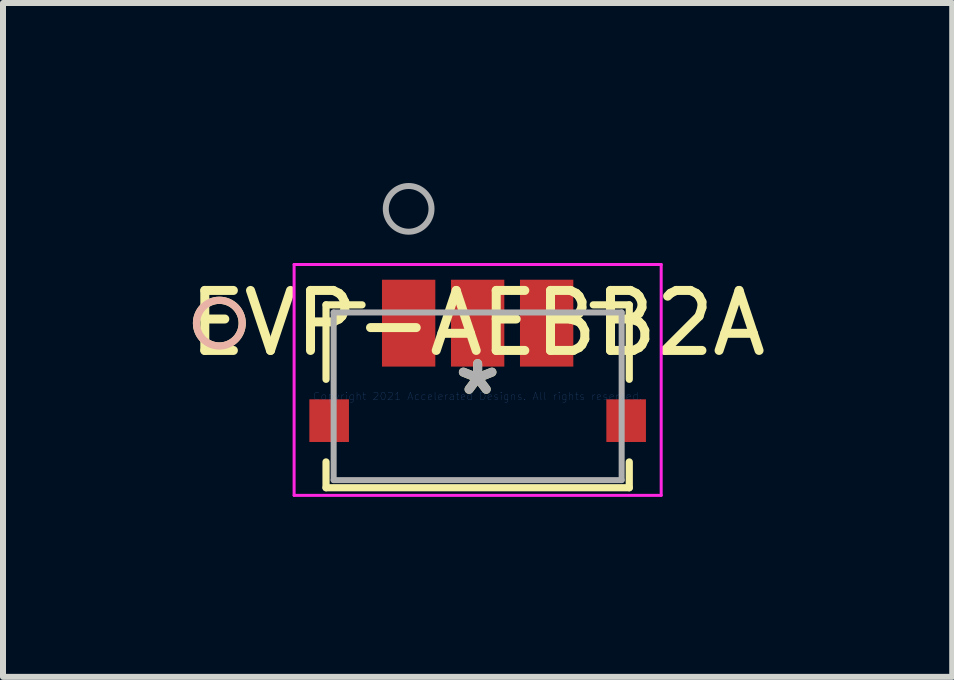
<source format=kicad_pcb>
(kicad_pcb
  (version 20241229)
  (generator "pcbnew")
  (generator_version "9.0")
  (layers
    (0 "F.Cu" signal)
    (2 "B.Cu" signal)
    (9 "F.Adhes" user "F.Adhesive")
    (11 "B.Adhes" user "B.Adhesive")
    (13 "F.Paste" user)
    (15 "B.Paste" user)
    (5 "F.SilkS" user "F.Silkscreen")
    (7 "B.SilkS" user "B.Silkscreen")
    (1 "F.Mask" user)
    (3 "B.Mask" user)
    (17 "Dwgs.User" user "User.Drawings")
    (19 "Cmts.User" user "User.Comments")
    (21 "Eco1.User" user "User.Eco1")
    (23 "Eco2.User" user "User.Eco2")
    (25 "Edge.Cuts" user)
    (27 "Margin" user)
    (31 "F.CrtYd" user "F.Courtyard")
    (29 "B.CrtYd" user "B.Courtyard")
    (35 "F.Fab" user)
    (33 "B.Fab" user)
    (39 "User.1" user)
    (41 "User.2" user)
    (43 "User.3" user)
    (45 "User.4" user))
  (footprint "EVP-AEBB2A"
    (layer "F.Cu")
    (at 4.911 3.555)
    (property "Reference" "EVP-AEBB2A" (at 0 -1.219 0) (layer "F.SilkS") (effects (font (size 1 1) (thickness 0.15))))
    (attr through_hole)
    (fp_line (start -2.527 -1.524) (end -2.527 -0.283) (stroke (width 0.12) (type solid)) (layer "F.SilkS"))
    (fp_line (start -2.527 1.094) (end -2.527 1.524) (stroke (width 0.12) (type solid)) (layer "F.SilkS"))
    (fp_line (start -2.527 1.524) (end 2.527 1.524) (stroke (width 0.12) (type solid)) (layer "F.SilkS"))
    (fp_line (start -1.927 -1.524) (end -2.527 -1.524) (stroke (width 0.12) (type solid)) (layer "F.SilkS"))
    (fp_line (start 2.527 -1.524) (end 1.927 -1.524) (stroke (width 0.12) (type solid)) (layer "F.SilkS"))
    (fp_line (start 2.527 -0.283) (end 2.527 -1.524) (stroke (width 0.12) (type solid)) (layer "F.SilkS"))
    (fp_line (start 2.527 1.524) (end 2.527 1.094) (stroke (width 0.12) (type solid)) (layer "F.SilkS"))
    (fp_circle (center -4.305 -1.219) (end -3.924 -1.219) (stroke (width 0.12) (type solid)) (fill no) (layer "F.SilkS"))
    (fp_circle (center -4.305 -1.219) (end -3.924 -1.219) (stroke (width 0.12) (type solid)) (fill no) (layer "B.SilkS"))
    (fp_line (start -3.059 -2.197) (end -3.059 1.651) (stroke (width 0.05) (type solid)) (layer "F.CrtYd"))
    (fp_line (start -3.059 1.651) (end 3.059 1.651) (stroke (width 0.05) (type solid)) (layer "F.CrtYd"))
    (fp_line (start 3.059 -2.197) (end -3.059 -2.197) (stroke (width 0.05) (type solid)) (layer "F.CrtYd"))
    (fp_line (start 3.059 1.651) (end 3.059 -2.197) (stroke (width 0.05) (type solid)) (layer "F.CrtYd"))
    (fp_line (start -2.4 -1.397) (end -2.4 1.397) (stroke (width 0.1) (type solid)) (layer "F.Fab"))
    (fp_line (start -2.4 1.397) (end 2.4 1.397) (stroke (width 0.1) (type solid)) (layer "F.Fab"))
    (fp_line (start 2.4 -1.397) (end -2.4 -1.397) (stroke (width 0.1) (type solid)) (layer "F.Fab"))
    (fp_line (start 2.4 1.397) (end 2.4 -1.397) (stroke (width 0.1) (type solid)) (layer "F.Fab"))
    (fp_circle (center -1.15 -3.124) (end -0.769 -3.124) (stroke (width 0.1) (type solid)) (fill no) (layer "F.Fab"))
    (fp_text user "*" (at 0 0 0) (layer "F.SilkS") (effects (font (size 1 1) (thickness 0.15))))
    (fp_text user "Copyright 2021 Accelerated Designs. All rights reserved." (at 0 0 0) (layer "Cmts.User") (effects (font (size 0.127 0.127) (thickness 0.002))))
    (fp_text user "*" (at 0 0 0) (layer "F.Fab") (effects (font (size 1 1) (thickness 0.15))))
    (pad "1" smd rect (at -1.15 -1.219) (size 0.889 1.448) (layers "F.Cu" "F.Mask" "F.Paste"))
    (pad "2" smd rect (at 0 -1.219) (size 0.889 1.448) (layers "F.Cu" "F.Mask" "F.Paste"))
    (pad "3" smd rect (at 1.15 -1.219) (size 0.889 1.448) (layers "F.Cu" "F.Mask" "F.Paste"))
    (pad "4" smd rect (at -2.475 0.406) (size 0.66 0.711) (layers "F.Cu" "F.Mask" "F.Paste"))
    (pad "5" smd rect (at 2.475 0.406) (size 0.66 0.711) (layers "F.Cu" "F.Mask" "F.Paste")))
  (gr_rect
    (start -3 -3)
    (end 12.821 8.231)
    (stroke (width 0.1) (type default))
    (fill no)
    (layer "Edge.Cuts")))
</source>
